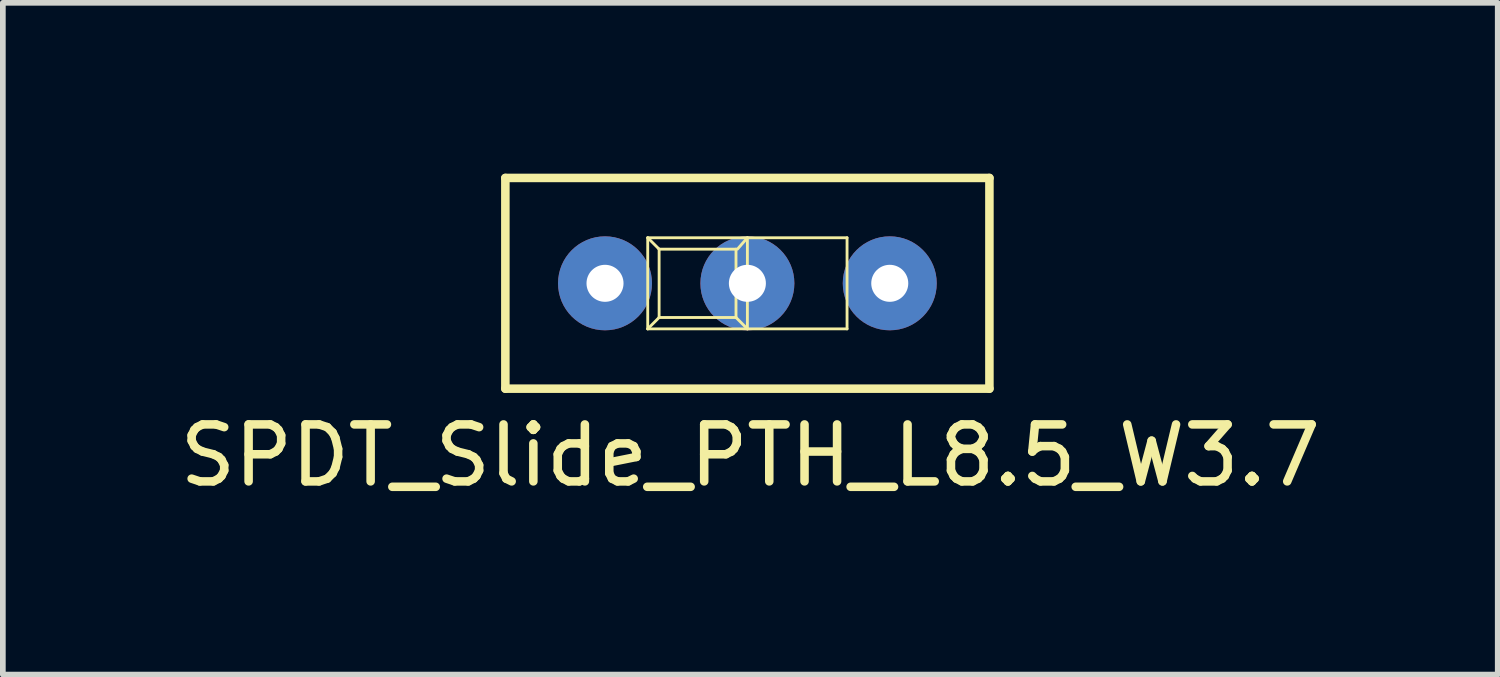
<source format=kicad_pcb>
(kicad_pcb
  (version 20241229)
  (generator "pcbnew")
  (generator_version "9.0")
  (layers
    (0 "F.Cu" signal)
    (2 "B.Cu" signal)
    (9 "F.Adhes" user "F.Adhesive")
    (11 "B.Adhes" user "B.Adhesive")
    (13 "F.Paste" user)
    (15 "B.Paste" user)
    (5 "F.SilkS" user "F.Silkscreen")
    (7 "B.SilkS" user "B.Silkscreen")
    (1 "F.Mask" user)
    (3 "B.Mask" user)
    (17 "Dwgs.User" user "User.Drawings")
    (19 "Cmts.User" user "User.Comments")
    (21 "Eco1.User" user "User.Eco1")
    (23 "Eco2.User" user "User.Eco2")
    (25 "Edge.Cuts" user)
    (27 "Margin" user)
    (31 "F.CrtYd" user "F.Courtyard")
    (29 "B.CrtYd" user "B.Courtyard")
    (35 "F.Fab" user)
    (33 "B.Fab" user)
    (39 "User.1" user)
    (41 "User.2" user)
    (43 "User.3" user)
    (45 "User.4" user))
  (footprint "SPDT_Slide_PTH_L8.5_W3.7"
    (layer "F.Cu")
    (at 10.074 1.925)
    (property "Reference" "SPDT_Slide_PTH_L8.5_W3.7" (at 0.051 3.023 0) (layer "F.SilkS") (effects (font (size 1 1) (thickness 0.15))))
    (attr through_hole)
    (fp_line (start -4.25 -1.85) (end -4.25 1.85) (stroke (width 0.15) (type solid)) (layer "F.SilkS"))
    (fp_line (start -4.25 -1.85) (end 4.25 -1.85) (stroke (width 0.15) (type solid)) (layer "F.SilkS"))
    (fp_line (start -4.25 1.85) (end 4.25 1.85) (stroke (width 0.15) (type solid)) (layer "F.SilkS"))
    (fp_line (start -1.75 -0.8) (end -1.55 -0.6) (stroke (width 0.05) (type solid)) (layer "F.SilkS"))
    (fp_line (start -1.75 -0.8) (end 1.75 -0.8) (stroke (width 0.05) (type solid)) (layer "F.SilkS"))
    (fp_line (start -1.75 0.8) (end -1.75 -0.8) (stroke (width 0.05) (type solid)) (layer "F.SilkS"))
    (fp_line (start -1.75 0.8) (end -1.55 0.6) (stroke (width 0.05) (type solid)) (layer "F.SilkS"))
    (fp_line (start -1.75 0.8) (end 1.75 0.8) (stroke (width 0.05) (type solid)) (layer "F.SilkS"))
    (fp_line (start -1.55 -0.6) (end -0.2 -0.6) (stroke (width 0.05) (type solid)) (layer "F.SilkS"))
    (fp_line (start -1.55 0.6) (end -1.55 -0.6) (stroke (width 0.05) (type solid)) (layer "F.SilkS"))
    (fp_line (start -1.55 0.6) (end -0.2 0.6) (stroke (width 0.05) (type solid)) (layer "F.SilkS"))
    (fp_line (start -0.2 0.6) (end -0.2 -0.6) (stroke (width 0.05) (type solid)) (layer "F.SilkS"))
    (fp_line (start -0.2 0.6) (end 0 0.8) (stroke (width 0.05) (type solid)) (layer "F.SilkS"))
    (fp_line (start -0.175 -0.6) (end 0 -0.8) (stroke (width 0.05) (type solid)) (layer "F.SilkS"))
    (fp_line (start 0 0.8) (end 0 -0.8) (stroke (width 0.05) (type solid)) (layer "F.SilkS"))
    (fp_line (start 1.75 0.8) (end 1.75 -0.8) (stroke (width 0.05) (type solid)) (layer "F.SilkS"))
    (fp_line (start 4.25 -1.85) (end 4.25 1.85) (stroke (width 0.15) (type solid)) (layer "F.SilkS"))
    (pad "1" thru_hole circle (at -2.5 0) (size 1.65 1.65) (drill 0.65) (layers "*.Cu" "*.Mask"))
    (pad "2" thru_hole circle (at 0 0) (size 1.65 1.65) (drill 0.65) (layers "*.Cu" "*.Mask"))
    (pad "3" thru_hole circle (at 2.5 0) (size 1.65 1.65) (drill 0.65) (layers "*.Cu" "*.Mask")))
  (gr_rect
    (start -3 -3)
    (end 23.25 8.796)
    (stroke (width 0.1) (type default))
    (fill no)
    (layer "Edge.Cuts")))
</source>
